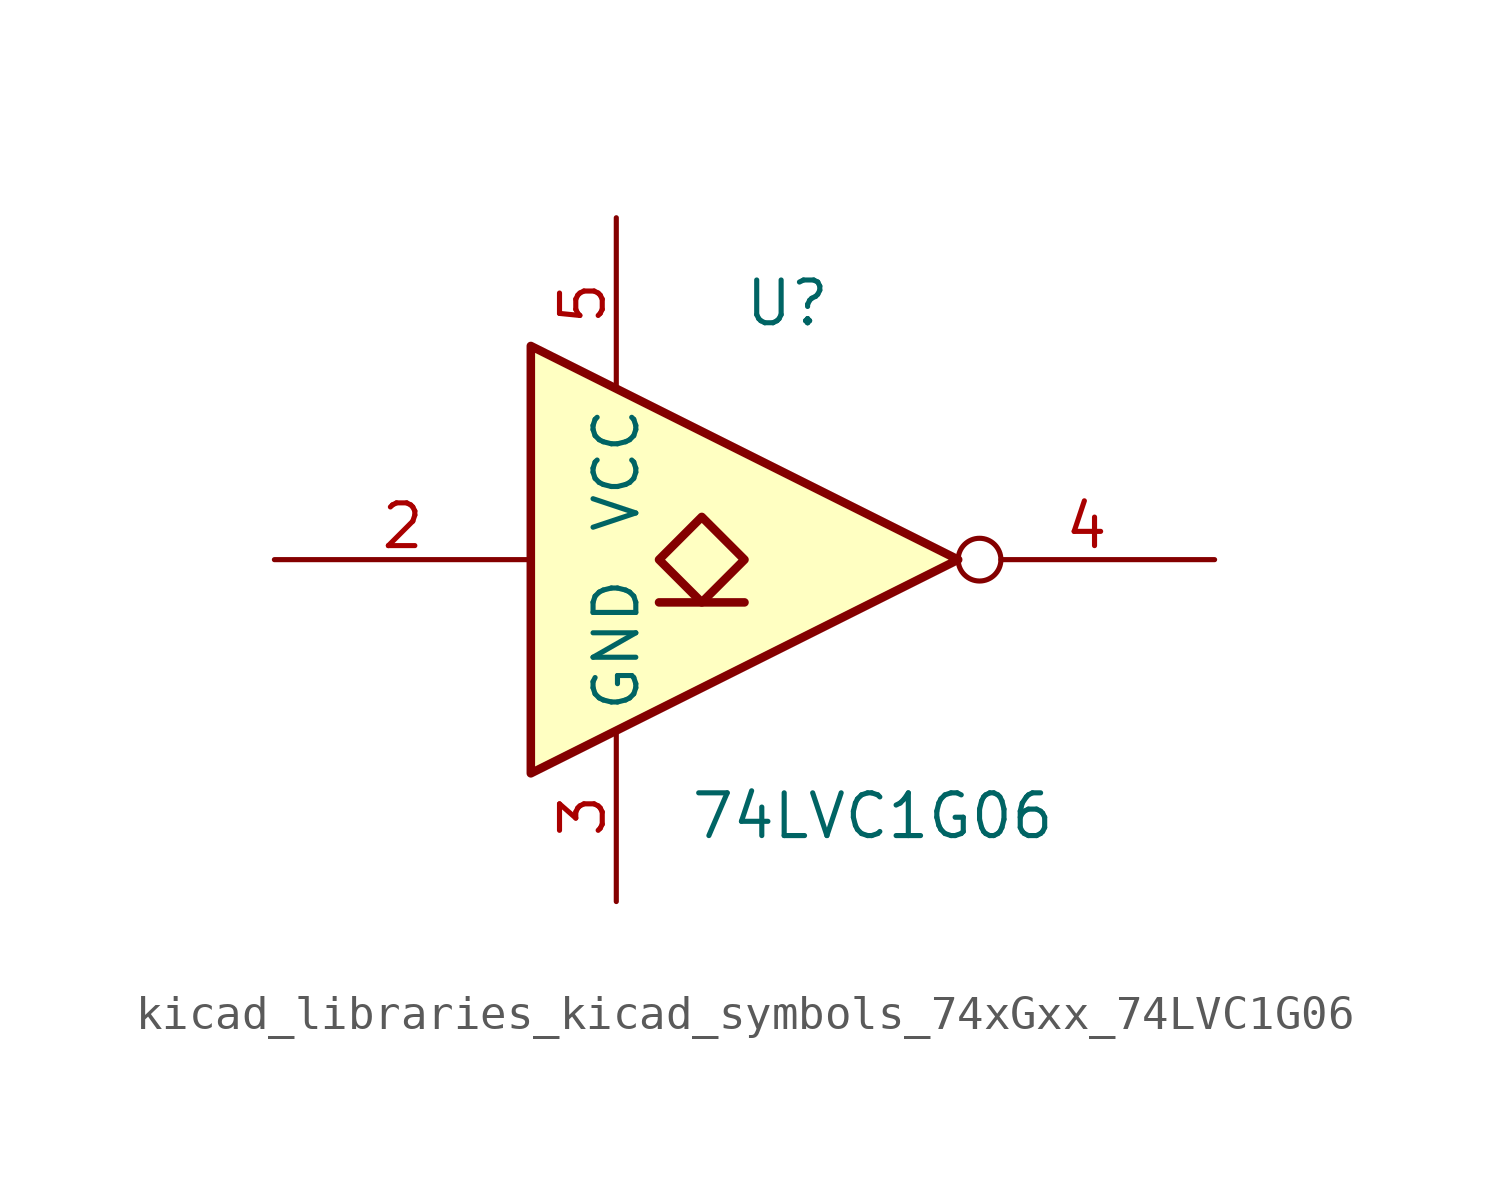
<source format=kicad_sym>
(kicad_symbol_lib
  (version 20220914)
  (generator kicad_symbol_editor)
  (symbol "kicad_libraries_kicad_symbols_74xGxx_74LVC1G06"
    (property "Reference" "U"
      (at 0 7.62 0)
      (effects (font (size 1.27 1.27))))
    (property "Value" "74LVC1G06"
      (at 2.54 -7.62 0)
      (effects (font (size 1.27 1.27))))
    (symbol "kicad_libraries_kicad_symbols_74xGxx_74LVC1G06_0_1"
      (polyline (pts (xy -3.81 -1.27) (xy -1.27 -1.27)) (stroke (width 0.254) (type default)) (fill (type background)))
      (polyline (pts (xy -7.62 6.35) (xy -7.62 -6.35) (xy 5.08 0) (xy -7.62 6.35)) (stroke (width 0.254) (type default)) (fill (type background)))
      (polyline (pts (xy -2.54 1.27) (xy -3.81 0) (xy -2.54 -1.27) (xy -1.27 0) (xy -2.54 1.27)) (stroke (width 0.254) (type default)) (fill (type background))))
    (symbol "kicad_libraries_kicad_symbols_74xGxx_74LVC1G06_1_1"
      (pin input line (at -15.24 0 0) (length 7.62) (name "~" (effects (font (size 1.27 1.27)))) (number "2" (effects (font (size 1.27 1.27)))))
      (pin power_in line (at -5.08 -10.16 90) (length 5.08) (name "GND" (effects (font (size 1.27 1.27)))) (number "3" (effects (font (size 1.27 1.27)))))
      (pin open_collector inverted (at 12.7 0 180) (length 7.62) (name "~" (effects (font (size 1.27 1.27)))) (number "4" (effects (font (size 1.27 1.27)))))
      (pin power_in line (at -5.08 10.16 270) (length 5.08) (name "VCC" (effects (font (size 1.27 1.27)))) (number "5" (effects (font (size 1.27 1.27))))))))
</source>
